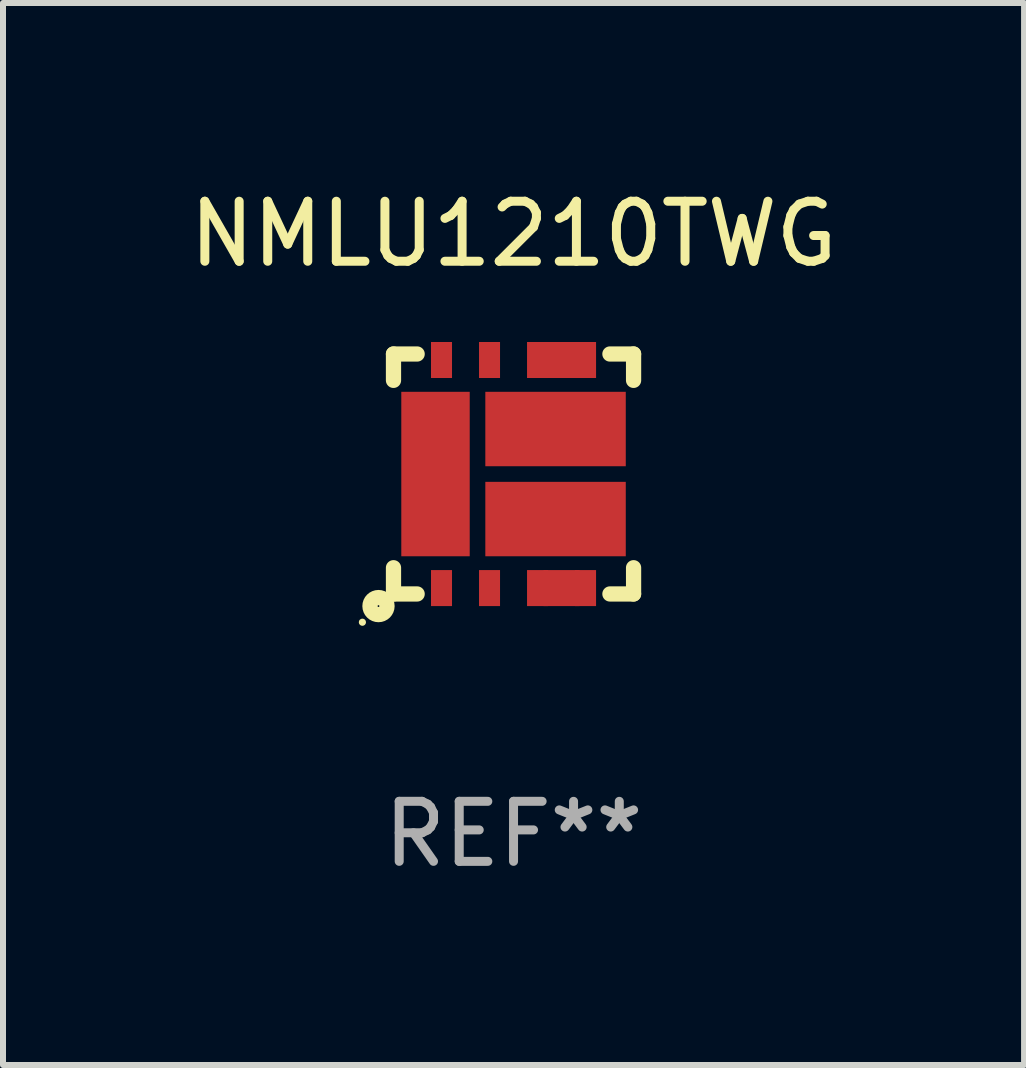
<source format=kicad_pcb>
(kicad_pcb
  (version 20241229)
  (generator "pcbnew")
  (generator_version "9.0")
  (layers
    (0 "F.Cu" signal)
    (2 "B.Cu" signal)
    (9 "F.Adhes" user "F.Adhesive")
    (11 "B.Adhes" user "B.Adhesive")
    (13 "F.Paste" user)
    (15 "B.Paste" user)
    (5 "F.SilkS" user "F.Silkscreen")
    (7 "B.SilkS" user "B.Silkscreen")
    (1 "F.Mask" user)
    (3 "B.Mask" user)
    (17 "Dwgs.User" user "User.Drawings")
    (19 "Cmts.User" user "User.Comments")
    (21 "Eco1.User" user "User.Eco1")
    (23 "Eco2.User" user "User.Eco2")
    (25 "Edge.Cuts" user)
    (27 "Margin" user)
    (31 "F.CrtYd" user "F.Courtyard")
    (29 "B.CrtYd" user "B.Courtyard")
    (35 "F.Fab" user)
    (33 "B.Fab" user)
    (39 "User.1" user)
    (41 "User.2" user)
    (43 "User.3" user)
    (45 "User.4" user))
  (footprint "NMLU1210TWG"
    (layer "F.Cu")
    (at 5.506 4.847)
    (property "Reference" "NMLU1210TWG" (at 0 -3.999 0) (layer "F.SilkS") (effects (font (size 1 1) (thickness 0.15))))
    (attr through_hole)
    (fp_line (start -2 -1.999) (end -1.606 -1.999) (stroke (width 0.254) (type solid)) (layer "F.SilkS"))
    (fp_line (start -2 -1.56) (end -2 -1.999) (stroke (width 0.254) (type solid)) (layer "F.SilkS"))
    (fp_line (start -2 1.999) (end -2 1.562) (stroke (width 0.254) (type solid)) (layer "F.SilkS"))
    (fp_line (start -2 1.999) (end -1.606 1.999) (stroke (width 0.254) (type solid)) (layer "F.SilkS"))
    (fp_line (start 1.606 -1.999) (end 2 -1.999) (stroke (width 0.254) (type solid)) (layer "F.SilkS"))
    (fp_line (start 1.606 1.999) (end 2 1.999) (stroke (width 0.254) (type solid)) (layer "F.SilkS"))
    (fp_line (start 2 -1.56) (end 2 -1.999) (stroke (width 0.254) (type solid)) (layer "F.SilkS"))
    (fp_line (start 2 1.999) (end 2 1.562) (stroke (width 0.254) (type solid)) (layer "F.SilkS"))
    (fp_circle (center -2.518 2.47) (end -2.488 2.47) (stroke (width 0.06) (type solid)) (fill no) (layer "F.SilkS"))
    (fp_circle (center -2.25 2.201) (end -2.108 2.201) (stroke (width 0.254) (type solid)) (fill no) (layer "F.SilkS"))
    (fp_text user "REF**" (at 0 5.999 0) (layer "F.Fab") (effects (font (size 1 1) (thickness 0.15))))
    (pad "1" smd rect (at -1.2 1.901 180) (size 0.35 0.6) (layers "F.Cu" "F.Mask" "F.Paste"))
    (pad "2" smd rect (at -0.4 1.901 180) (size 0.35 0.6) (layers "F.Cu" "F.Mask" "F.Paste"))
    (pad "3" smd rect (at 0.4 1.901 180) (size 0.35 0.6) (layers "F.Cu" "F.Mask" "F.Paste"))
    (pad "3" smd rect (at 0.8 1.901 180) (size 0.6 0.6) (layers "F.Cu" "F.Mask" "F.Paste"))
    (pad "4" smd rect (at 1.2 1.901 180) (size 0.35 0.6) (layers "F.Cu" "F.Mask" "F.Paste"))
    (pad "5" smd rect (at 1.2 -1.899 180) (size 0.35 0.6) (layers "F.Cu" "F.Mask" "F.Paste"))
    (pad "6" smd rect (at 0.4 -1.899 180) (size 0.35 0.6) (layers "F.Cu" "F.Mask" "F.Paste"))
    (pad "6" smd rect (at 0.8 -1.899 180) (size 0.6 0.6) (layers "F.Cu" "F.Mask" "F.Paste"))
    (pad "7" smd rect (at -0.4 -1.899 180) (size 0.35 0.6) (layers "F.Cu" "F.Mask" "F.Paste"))
    (pad "8" smd rect (at -1.2 -1.899 180) (size 0.35 0.6) (layers "F.Cu" "F.Mask" "F.Paste"))
    (pad "9" smd rect (at -1.3 0.001 180) (size 1.14 2.74) (layers "F.Cu" "F.Mask" "F.Paste"))
    (pad "10" smd rect (at 0.7 0.751 270) (size 1.24 2.34) (layers "F.Cu" "F.Mask" "F.Paste"))
    (pad "11" smd rect (at 0.7 -0.749 270) (size 1.24 2.34) (layers "F.Cu" "F.Mask" "F.Paste")))
  (gr_rect
    (start -3 -3)
    (end 14.012 14.694)
    (stroke (width 0.1) (type default))
    (fill no)
    (layer "Edge.Cuts")))
</source>
